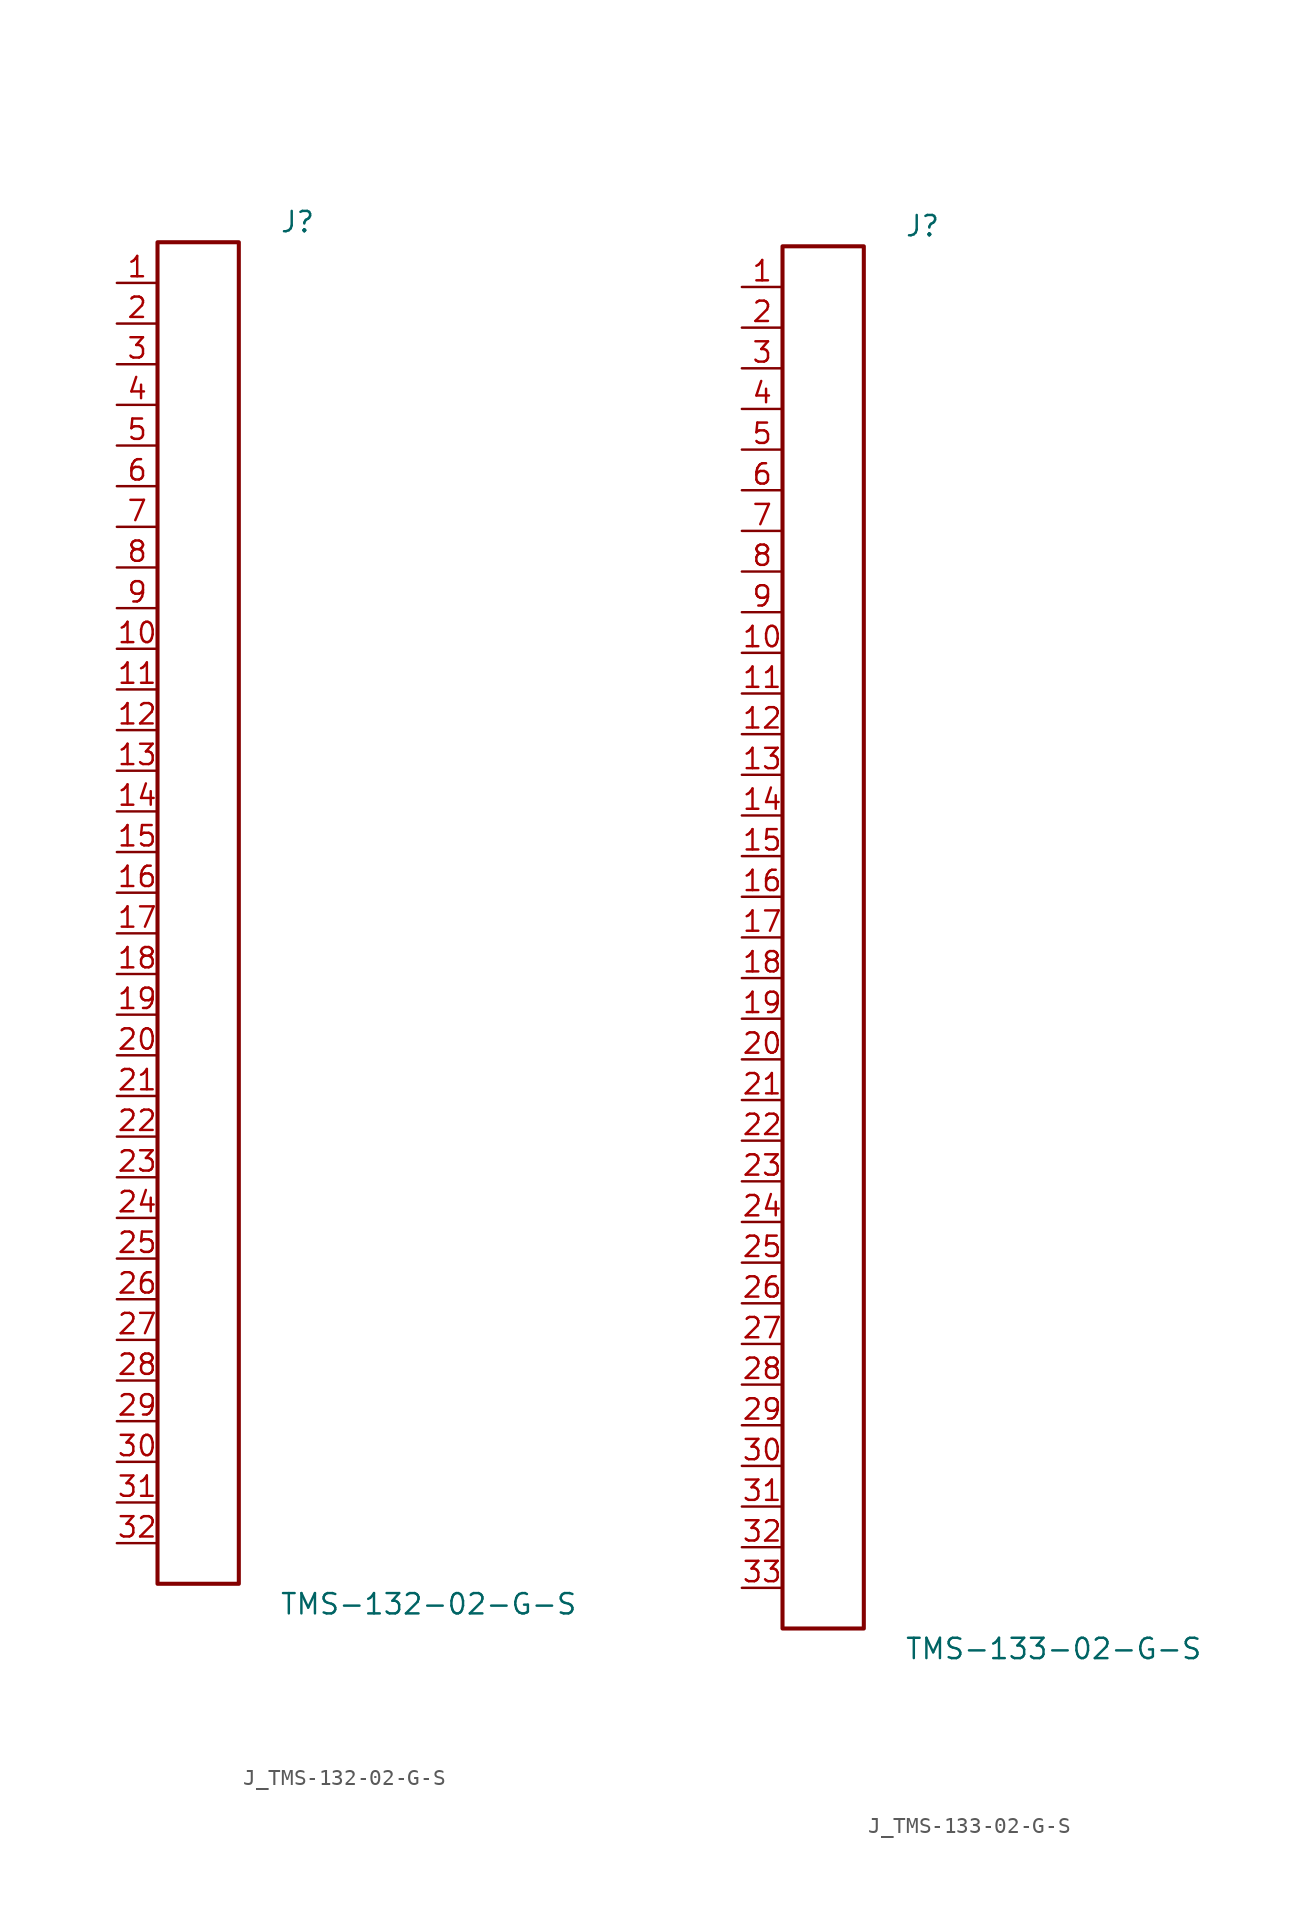
<source format=kicad_sym>
(kicad_symbol_lib
  (version 20231120)
  (generator kicad_symbol_editor)
  (generator_version 8.0)
  (symbol "J_TMS-132-02-G-S"
    (pin_names
      (offset 0.254))
    (property "Reference" "J"
      (at 5.08 43.18 0)
      (effects (font (size 1.27 1.27)) (justify left)))
    (property "Value" "TMS-132-02-G-S"
      (at 5.08 -43.18 0)
      (effects (font (size 1.27 1.27)) (justify left)))
    (symbol "J_TMS-132-02-G-S_0_0"
      (pin passive line (at -5.08 39.37 0) (length 2.54) (name "" (effects (font (size 1.27 1.27)))) (number "1" (effects (font (size 1.27 1.27)))))
      (pin passive line (at -5.08 36.83 0) (length 2.54) (name "" (effects (font (size 1.27 1.27)))) (number "2" (effects (font (size 1.27 1.27)))))
      (pin passive line (at -5.08 34.29 0) (length 2.54) (name "" (effects (font (size 1.27 1.27)))) (number "3" (effects (font (size 1.27 1.27)))))
      (pin passive line (at -5.08 31.75 0) (length 2.54) (name "" (effects (font (size 1.27 1.27)))) (number "4" (effects (font (size 1.27 1.27)))))
      (pin passive line (at -5.08 29.21 0) (length 2.54) (name "" (effects (font (size 1.27 1.27)))) (number "5" (effects (font (size 1.27 1.27)))))
      (pin passive line (at -5.08 26.67 0) (length 2.54) (name "" (effects (font (size 1.27 1.27)))) (number "6" (effects (font (size 1.27 1.27)))))
      (pin passive line (at -5.08 24.13 0) (length 2.54) (name "" (effects (font (size 1.27 1.27)))) (number "7" (effects (font (size 1.27 1.27)))))
      (pin passive line (at -5.08 21.59 0) (length 2.54) (name "" (effects (font (size 1.27 1.27)))) (number "8" (effects (font (size 1.27 1.27)))))
      (pin passive line (at -5.08 19.05 0) (length 2.54) (name "" (effects (font (size 1.27 1.27)))) (number "9" (effects (font (size 1.27 1.27)))))
      (pin passive line (at -5.08 16.51 0) (length 2.54) (name "" (effects (font (size 1.27 1.27)))) (number "10" (effects (font (size 1.27 1.27)))))
      (pin passive line (at -5.08 13.97 0) (length 2.54) (name "" (effects (font (size 1.27 1.27)))) (number "11" (effects (font (size 1.27 1.27)))))
      (pin passive line (at -5.08 11.43 0) (length 2.54) (name "" (effects (font (size 1.27 1.27)))) (number "12" (effects (font (size 1.27 1.27)))))
      (pin passive line (at -5.08 8.89 0) (length 2.54) (name "" (effects (font (size 1.27 1.27)))) (number "13" (effects (font (size 1.27 1.27)))))
      (pin passive line (at -5.08 6.35 0) (length 2.54) (name "" (effects (font (size 1.27 1.27)))) (number "14" (effects (font (size 1.27 1.27)))))
      (pin passive line (at -5.08 3.81 0) (length 2.54) (name "" (effects (font (size 1.27 1.27)))) (number "15" (effects (font (size 1.27 1.27)))))
      (pin passive line (at -5.08 1.27 0) (length 2.54) (name "" (effects (font (size 1.27 1.27)))) (number "16" (effects (font (size 1.27 1.27)))))
      (pin passive line (at -5.08 -1.27 0) (length 2.54) (name "" (effects (font (size 1.27 1.27)))) (number "17" (effects (font (size 1.27 1.27)))))
      (pin passive line (at -5.08 -3.81 0) (length 2.54) (name "" (effects (font (size 1.27 1.27)))) (number "18" (effects (font (size 1.27 1.27)))))
      (pin passive line (at -5.08 -6.35 0) (length 2.54) (name "" (effects (font (size 1.27 1.27)))) (number "19" (effects (font (size 1.27 1.27)))))
      (pin passive line (at -5.08 -8.89 0) (length 2.54) (name "" (effects (font (size 1.27 1.27)))) (number "20" (effects (font (size 1.27 1.27)))))
      (pin passive line (at -5.08 -11.43 0) (length 2.54) (name "" (effects (font (size 1.27 1.27)))) (number "21" (effects (font (size 1.27 1.27)))))
      (pin passive line (at -5.08 -13.97 0) (length 2.54) (name "" (effects (font (size 1.27 1.27)))) (number "22" (effects (font (size 1.27 1.27)))))
      (pin passive line (at -5.08 -16.51 0) (length 2.54) (name "" (effects (font (size 1.27 1.27)))) (number "23" (effects (font (size 1.27 1.27)))))
      (pin passive line (at -5.08 -19.05 0) (length 2.54) (name "" (effects (font (size 1.27 1.27)))) (number "24" (effects (font (size 1.27 1.27)))))
      (pin passive line (at -5.08 -21.59 0) (length 2.54) (name "" (effects (font (size 1.27 1.27)))) (number "25" (effects (font (size 1.27 1.27)))))
      (pin passive line (at -5.08 -24.13 0) (length 2.54) (name "" (effects (font (size 1.27 1.27)))) (number "26" (effects (font (size 1.27 1.27)))))
      (pin passive line (at -5.08 -26.67 0) (length 2.54) (name "" (effects (font (size 1.27 1.27)))) (number "27" (effects (font (size 1.27 1.27)))))
      (pin passive line (at -5.08 -29.21 0) (length 2.54) (name "" (effects (font (size 1.27 1.27)))) (number "28" (effects (font (size 1.27 1.27)))))
      (pin passive line (at -5.08 -31.75 0) (length 2.54) (name "" (effects (font (size 1.27 1.27)))) (number "29" (effects (font (size 1.27 1.27)))))
      (pin passive line (at -5.08 -34.29 0) (length 2.54) (name "" (effects (font (size 1.27 1.27)))) (number "30" (effects (font (size 1.27 1.27)))))
      (pin passive line (at -5.08 -36.83 0) (length 2.54) (name "" (effects (font (size 1.27 1.27)))) (number "31" (effects (font (size 1.27 1.27)))))
      (pin passive line (at -5.08 -39.37 0) (length 2.54) (name "" (effects (font (size 1.27 1.27)))) (number "32" (effects (font (size 1.27 1.27))))))
    (symbol "J_TMS-132-02-G-S_1_0"
      (rectangle (start -2.54 41.91) (end 2.54 -41.91) (stroke (width 0.254) (type solid)) (fill (type none)))))
  (symbol "J_TMS-133-02-G-S"
    (pin_names
      (offset 0.254))
    (property "Reference" "J"
      (at 5.08 44.45 0)
      (effects (font (size 1.27 1.27)) (justify left)))
    (property "Value" "TMS-133-02-G-S"
      (at 5.08 -44.45 0)
      (effects (font (size 1.27 1.27)) (justify left)))
    (symbol "J_TMS-133-02-G-S_0_0"
      (pin passive line (at -5.08 40.64 0) (length 2.54) (name "" (effects (font (size 1.27 1.27)))) (number "1" (effects (font (size 1.27 1.27)))))
      (pin passive line (at -5.08 38.1 0) (length 2.54) (name "" (effects (font (size 1.27 1.27)))) (number "2" (effects (font (size 1.27 1.27)))))
      (pin passive line (at -5.08 35.56 0) (length 2.54) (name "" (effects (font (size 1.27 1.27)))) (number "3" (effects (font (size 1.27 1.27)))))
      (pin passive line (at -5.08 33.02 0) (length 2.54) (name "" (effects (font (size 1.27 1.27)))) (number "4" (effects (font (size 1.27 1.27)))))
      (pin passive line (at -5.08 30.48 0) (length 2.54) (name "" (effects (font (size 1.27 1.27)))) (number "5" (effects (font (size 1.27 1.27)))))
      (pin passive line (at -5.08 27.94 0) (length 2.54) (name "" (effects (font (size 1.27 1.27)))) (number "6" (effects (font (size 1.27 1.27)))))
      (pin passive line (at -5.08 25.4 0) (length 2.54) (name "" (effects (font (size 1.27 1.27)))) (number "7" (effects (font (size 1.27 1.27)))))
      (pin passive line (at -5.08 22.86 0) (length 2.54) (name "" (effects (font (size 1.27 1.27)))) (number "8" (effects (font (size 1.27 1.27)))))
      (pin passive line (at -5.08 20.32 0) (length 2.54) (name "" (effects (font (size 1.27 1.27)))) (number "9" (effects (font (size 1.27 1.27)))))
      (pin passive line (at -5.08 17.78 0) (length 2.54) (name "" (effects (font (size 1.27 1.27)))) (number "10" (effects (font (size 1.27 1.27)))))
      (pin passive line (at -5.08 15.24 0) (length 2.54) (name "" (effects (font (size 1.27 1.27)))) (number "11" (effects (font (size 1.27 1.27)))))
      (pin passive line (at -5.08 12.7 0) (length 2.54) (name "" (effects (font (size 1.27 1.27)))) (number "12" (effects (font (size 1.27 1.27)))))
      (pin passive line (at -5.08 10.16 0) (length 2.54) (name "" (effects (font (size 1.27 1.27)))) (number "13" (effects (font (size 1.27 1.27)))))
      (pin passive line (at -5.08 7.62 0) (length 2.54) (name "" (effects (font (size 1.27 1.27)))) (number "14" (effects (font (size 1.27 1.27)))))
      (pin passive line (at -5.08 5.08 0) (length 2.54) (name "" (effects (font (size 1.27 1.27)))) (number "15" (effects (font (size 1.27 1.27)))))
      (pin passive line (at -5.08 2.54 0) (length 2.54) (name "" (effects (font (size 1.27 1.27)))) (number "16" (effects (font (size 1.27 1.27)))))
      (pin passive line (at -5.08 0.0 0) (length 2.54) (name "" (effects (font (size 1.27 1.27)))) (number "17" (effects (font (size 1.27 1.27)))))
      (pin passive line (at -5.08 -2.54 0) (length 2.54) (name "" (effects (font (size 1.27 1.27)))) (number "18" (effects (font (size 1.27 1.27)))))
      (pin passive line (at -5.08 -5.08 0) (length 2.54) (name "" (effects (font (size 1.27 1.27)))) (number "19" (effects (font (size 1.27 1.27)))))
      (pin passive line (at -5.08 -7.62 0) (length 2.54) (name "" (effects (font (size 1.27 1.27)))) (number "20" (effects (font (size 1.27 1.27)))))
      (pin passive line (at -5.08 -10.16 0) (length 2.54) (name "" (effects (font (size 1.27 1.27)))) (number "21" (effects (font (size 1.27 1.27)))))
      (pin passive line (at -5.08 -12.7 0) (length 2.54) (name "" (effects (font (size 1.27 1.27)))) (number "22" (effects (font (size 1.27 1.27)))))
      (pin passive line (at -5.08 -15.24 0) (length 2.54) (name "" (effects (font (size 1.27 1.27)))) (number "23" (effects (font (size 1.27 1.27)))))
      (pin passive line (at -5.08 -17.78 0) (length 2.54) (name "" (effects (font (size 1.27 1.27)))) (number "24" (effects (font (size 1.27 1.27)))))
      (pin passive line (at -5.08 -20.32 0) (length 2.54) (name "" (effects (font (size 1.27 1.27)))) (number "25" (effects (font (size 1.27 1.27)))))
      (pin passive line (at -5.08 -22.86 0) (length 2.54) (name "" (effects (font (size 1.27 1.27)))) (number "26" (effects (font (size 1.27 1.27)))))
      (pin passive line (at -5.08 -25.4 0) (length 2.54) (name "" (effects (font (size 1.27 1.27)))) (number "27" (effects (font (size 1.27 1.27)))))
      (pin passive line (at -5.08 -27.94 0) (length 2.54) (name "" (effects (font (size 1.27 1.27)))) (number "28" (effects (font (size 1.27 1.27)))))
      (pin passive line (at -5.08 -30.48 0) (length 2.54) (name "" (effects (font (size 1.27 1.27)))) (number "29" (effects (font (size 1.27 1.27)))))
      (pin passive line (at -5.08 -33.02 0) (length 2.54) (name "" (effects (font (size 1.27 1.27)))) (number "30" (effects (font (size 1.27 1.27)))))
      (pin passive line (at -5.08 -35.56 0) (length 2.54) (name "" (effects (font (size 1.27 1.27)))) (number "31" (effects (font (size 1.27 1.27)))))
      (pin passive line (at -5.08 -38.1 0) (length 2.54) (name "" (effects (font (size 1.27 1.27)))) (number "32" (effects (font (size 1.27 1.27)))))
      (pin passive line (at -5.08 -40.64 0) (length 2.54) (name "" (effects (font (size 1.27 1.27)))) (number "33" (effects (font (size 1.27 1.27))))))
    (symbol "J_TMS-133-02-G-S_1_0"
      (rectangle (start -2.54 43.18) (end 2.54 -43.18) (stroke (width 0.254) (type solid)) (fill (type none))))))
</source>
